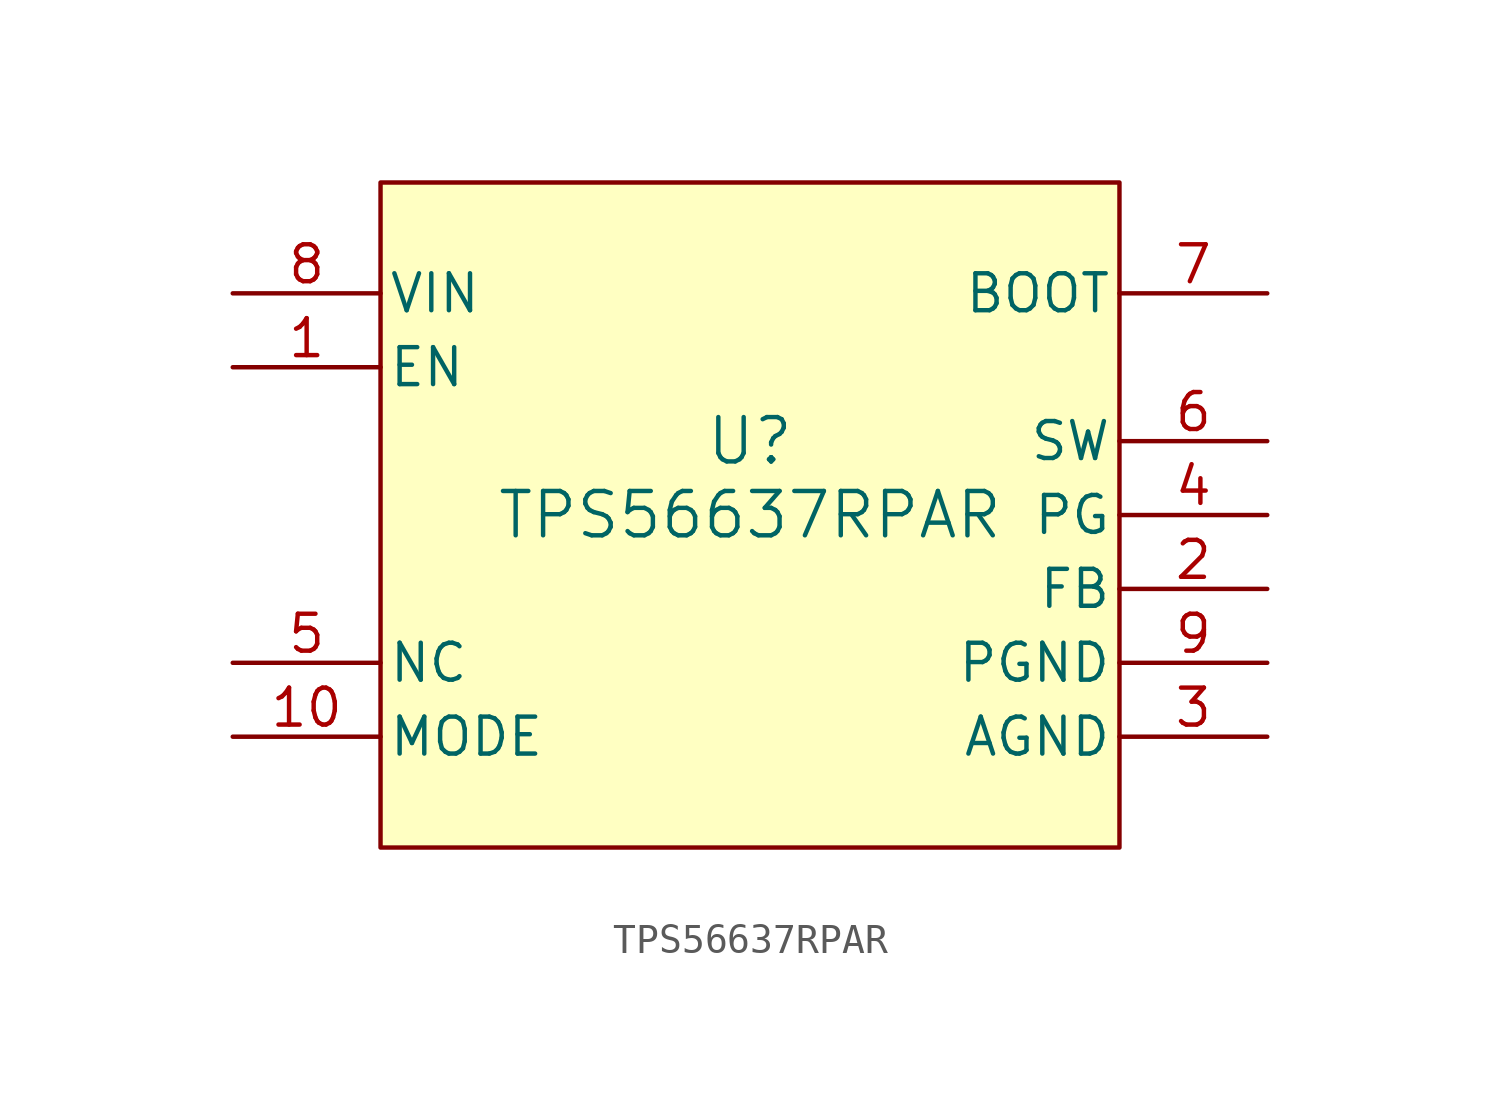
<source format=kicad_sym>
(kicad_symbol_lib
  (version 20231120)
  (generator "kicad_symbol_editor")
  (generator_version "8.0")
  (symbol "TPS56637RPAR"
    (pin_names
      (offset 0.254))
    (property "Reference" "U"
      (at 0 2.54 0)
      (effects (font (size 1.524 1.524))))
    (property "Value" "TPS56637RPAR"
      (at 0 0 0)
      (effects (font (size 1.524 1.524))))
    (symbol "TPS56637RPAR_0_1"
      (pin power_in line (at -17.78 5.08 0) (length 5.08) (name "EN" (effects (font (size 1.27 1.27)))) (number "1" (effects (font (size 1.27 1.27)))))
      (pin power_in line (at -17.78 -7.62 0) (length 5.08) (name "MODE" (effects (font (size 1.27 1.27)))) (number "10" (effects (font (size 1.27 1.27)))))
      (pin power_in line (at 17.78 -2.54 180) (length 5.08) (name "FB" (effects (font (size 1.27 1.27)))) (number "2" (effects (font (size 1.27 1.27)))))
      (pin power_in line (at 17.78 -7.62 180) (length 5.08) (name "AGND" (effects (font (size 1.27 1.27)))) (number "3" (effects (font (size 1.27 1.27)))))
      (pin power_in line (at 17.78 0 180) (length 5.08) (name "PG" (effects (font (size 1.27 1.27)))) (number "4" (effects (font (size 1.27 1.27)))))
      (pin unspecified line (at -17.78 -5.08 0) (length 5.08) (name "NC" (effects (font (size 1.27 1.27)))) (number "5" (effects (font (size 1.27 1.27)))))
      (pin power_in line (at 17.78 2.54 180) (length 5.08) (name "SW" (effects (font (size 1.27 1.27)))) (number "6" (effects (font (size 1.27 1.27)))))
      (pin power_in line (at 17.78 7.62 180) (length 5.08) (name "BOOT" (effects (font (size 1.27 1.27)))) (number "7" (effects (font (size 1.27 1.27)))))
      (pin power_in line (at -17.78 7.62 0) (length 5.08) (name "VIN" (effects (font (size 1.27 1.27)))) (number "8" (effects (font (size 1.27 1.27)))))
      (pin power_in line (at 17.78 -5.08 180) (length 5.08) (name "PGND" (effects (font (size 1.27 1.27)))) (number "9" (effects (font (size 1.27 1.27))))))
    (symbol "TPS56637RPAR_1_1"
      (rectangle (start -12.7 11.43) (end 12.7 -11.43) (stroke (width 0) (type default)) (fill (type background))))))
</source>
